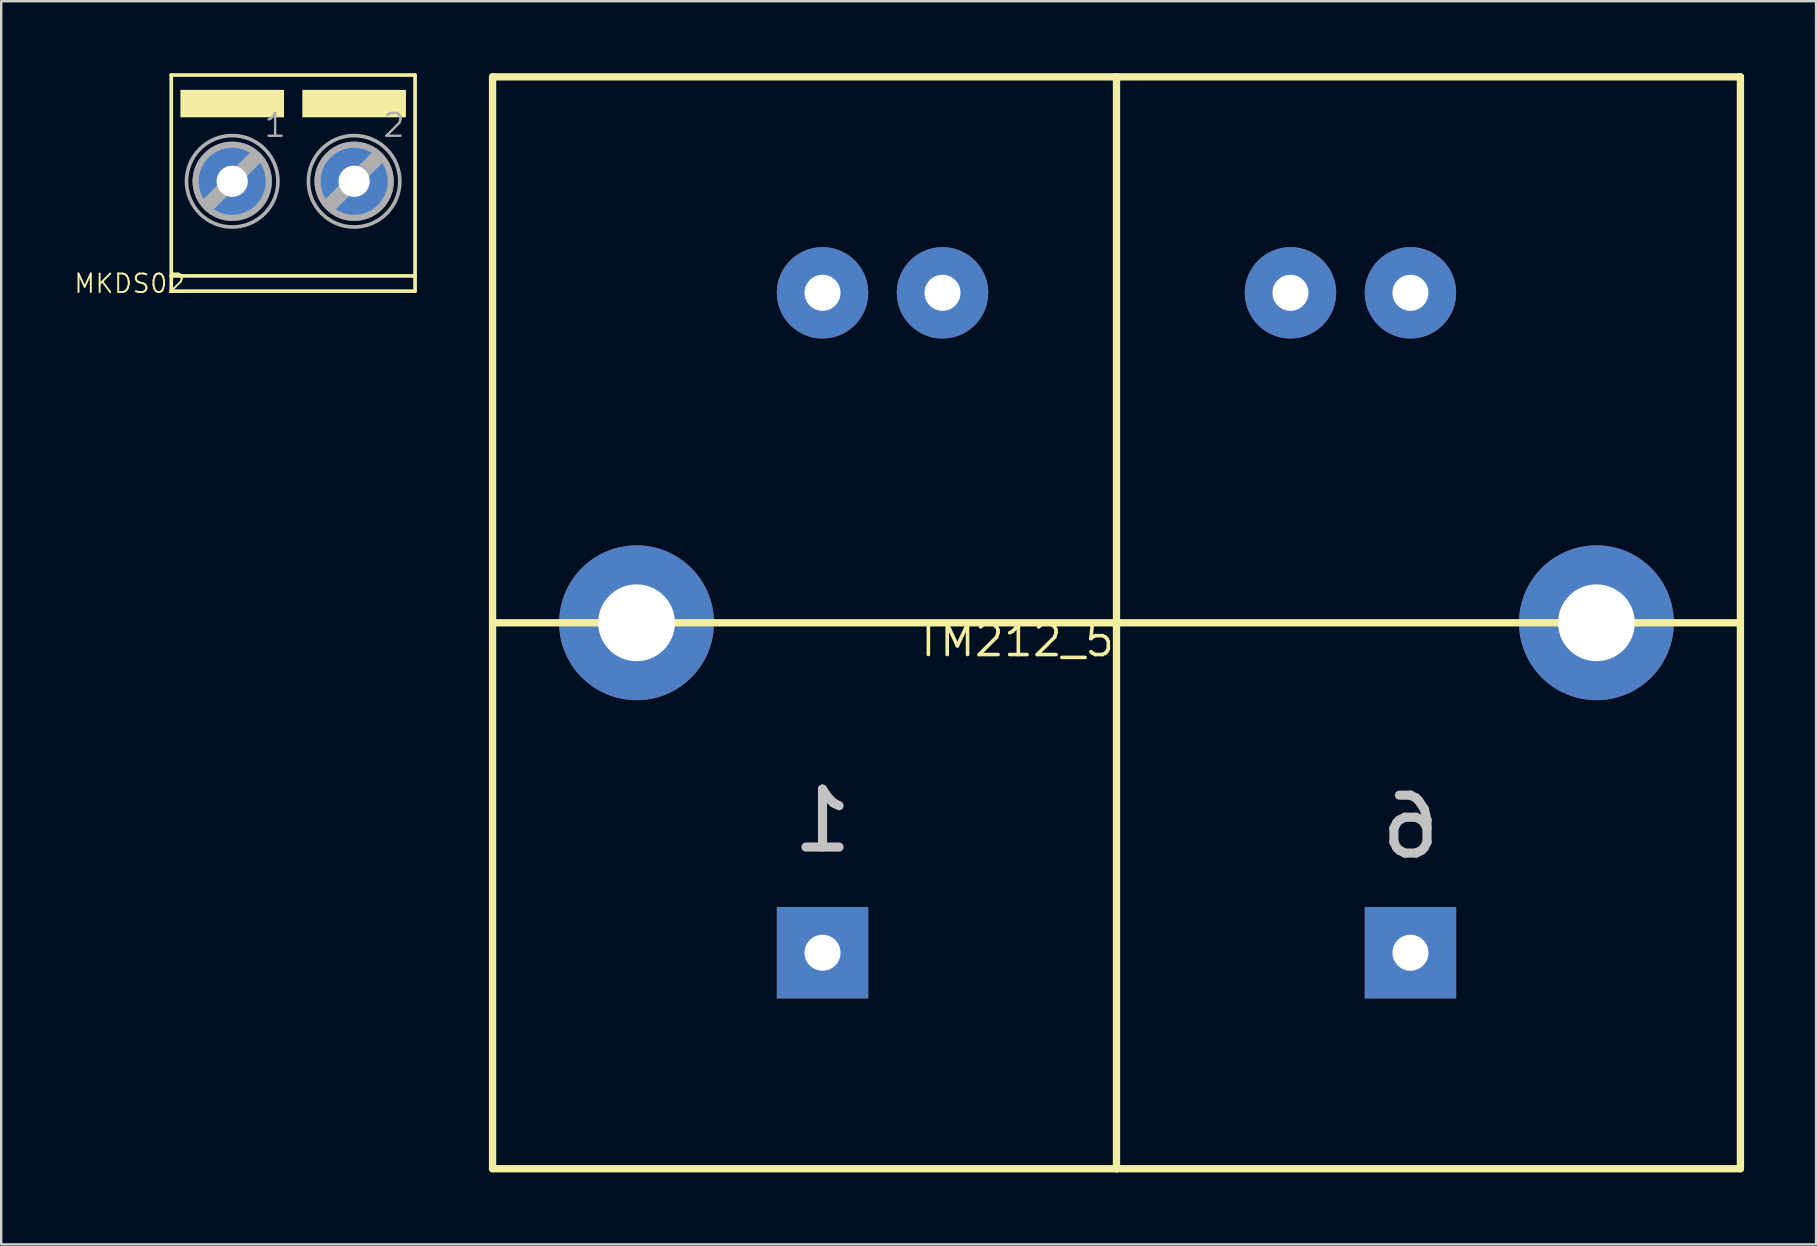
<source format=kicad_pcb>
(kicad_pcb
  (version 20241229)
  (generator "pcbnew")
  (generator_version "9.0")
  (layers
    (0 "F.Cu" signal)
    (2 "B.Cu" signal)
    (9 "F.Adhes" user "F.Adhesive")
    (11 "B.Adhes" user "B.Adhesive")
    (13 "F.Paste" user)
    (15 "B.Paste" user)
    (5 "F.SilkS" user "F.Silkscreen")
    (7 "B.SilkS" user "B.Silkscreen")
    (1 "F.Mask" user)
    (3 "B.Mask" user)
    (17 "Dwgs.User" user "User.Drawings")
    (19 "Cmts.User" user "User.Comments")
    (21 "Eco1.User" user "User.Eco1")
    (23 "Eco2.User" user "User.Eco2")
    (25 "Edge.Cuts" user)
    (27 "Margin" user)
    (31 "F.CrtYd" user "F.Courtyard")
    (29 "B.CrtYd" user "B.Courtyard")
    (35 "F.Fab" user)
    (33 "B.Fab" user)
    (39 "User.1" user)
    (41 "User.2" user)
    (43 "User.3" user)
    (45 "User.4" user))
  (footprint "TM212_5"
    (layer "F.Cu")
    (at 43.476 22.902)
    (property "Reference" "TM212_5" (at 0 0 0) (layer "F.SilkS") (effects (font (size 1.27 1.27) (thickness 0.15)) (justify right top)))
    (attr through_hole)
    (fp_line (start -26 0) (end -26 -22.75) (stroke (width 0.305) (type solid)) (layer "F.SilkS"))
    (fp_line (start -26 22.75) (end -26 0) (stroke (width 0.305) (type solid)) (layer "F.SilkS"))
    (fp_line (start -26 22.75) (end 0 22.75) (stroke (width 0.305) (type solid)) (layer "F.SilkS"))
    (fp_line (start 0 -22.75) (end -26 -22.75) (stroke (width 0.305) (type solid)) (layer "F.SilkS"))
    (fp_line (start 0 22.75) (end 0 -22.75) (stroke (width 0.305) (type solid)) (layer "F.SilkS"))
    (fp_line (start 0 22.75) (end 26 22.75) (stroke (width 0.305) (type solid)) (layer "F.SilkS"))
    (fp_line (start 26 -22.75) (end 0 -22.75) (stroke (width 0.305) (type solid)) (layer "F.SilkS"))
    (fp_line (start 26 0) (end -26 0) (stroke (width 0.305) (type solid)) (layer "F.SilkS"))
    (fp_line (start 26 0) (end 26 -22.75) (stroke (width 0.305) (type solid)) (layer "F.SilkS"))
    (fp_line (start 26 22.75) (end 26 0) (stroke (width 0.305) (type solid)) (layer "F.SilkS"))
    (fp_text user "6" (at 12.25 8.5 0) (layer "Dwgs.User") (effects (font (size 2.413 2.413) (thickness 0.381)) (justify mirror)))
    (fp_text user "1" (at -12.25 8.25 0) (layer "Dwgs.User") (effects (font (size 2.413 2.413) (thickness 0.381)) (justify mirror)))
    (pad "P$1" thru_hole rect (at -12.25 13.75) (size 3.81 3.81) (drill 1.5) (layers "*.Cu" "*.Mask"))
    (pad "P$2" thru_hole rect (at 12.25 13.75) (size 3.81 3.81) (drill 1.5) (layers "*.Cu" "*.Mask"))
    (pad "P$3" thru_hole circle (at -12.25 -13.75) (size 3.81 3.81) (drill 1.5) (layers "*.Cu" "*.Mask"))
    (pad "P$4" thru_hole circle (at -7.25 -13.75) (size 3.81 3.81) (drill 1.5) (layers "*.Cu" "*.Mask"))
    (pad "P$5" thru_hole circle (at 12.25 -13.75) (size 3.81 3.81) (drill 1.5) (layers "*.Cu" "*.Mask"))
    (pad "P$6" thru_hole circle (at 7.25 -13.75) (size 3.81 3.81) (drill 1.5) (layers "*.Cu" "*.Mask"))
    (pad "P$7" thru_hole circle (at -20 0) (size 6.452 6.452) (drill 3.2) (layers "*.Cu" "*.Mask"))
    (pad "P$8" thru_hole circle (at 20 0) (size 6.452 6.452) (drill 3.2) (layers "*.Cu" "*.Mask")))
  (footprint "MKDS02"
    (layer "F.Cu")
    (at 9.167 4.505)
    (property "Reference" "MKDS02" (at -4.445 3.81 0) (layer "F.SilkS") (effects (font (size 0.772 0.772) (thickness 0.081)) (justify right top)))
    (attr through_hole)
    (fp_line (start -5.08 -4.429) (end -5.08 3.942) (stroke (width 0.152) (type solid)) (layer "F.SilkS"))
    (fp_line (start -5.08 -4.429) (end 5.08 -4.429) (stroke (width 0.152) (type solid)) (layer "F.SilkS"))
    (fp_line (start -5.08 3.942) (end -5.08 4.577) (stroke (width 0.152) (type solid)) (layer "F.SilkS"))
    (fp_line (start -5.08 3.942) (end 5.08 3.942) (stroke (width 0.152) (type solid)) (layer "F.SilkS"))
    (fp_line (start -5.08 4.577) (end 5.08 4.577) (stroke (width 0.152) (type solid)) (layer "F.SilkS"))
    (fp_line (start 5.08 -4.429) (end 5.08 3.942) (stroke (width 0.152) (type solid)) (layer "F.SilkS"))
    (fp_line (start 5.08 3.942) (end 5.08 4.577) (stroke (width 0.152) (type solid)) (layer "F.SilkS"))
    (fp_poly (pts (xy -4.699 -2.667) (xy -0.381 -2.667) (xy -0.381 -3.81) (xy -4.699 -3.81)) (stroke (width 0) (type solid)) (fill yes) (layer "F.SilkS"))
    (fp_poly (pts (xy 0.381 -2.667) (xy 4.699 -2.667) (xy 4.699 -3.81) (xy 0.381 -3.81)) (stroke (width 0) (type solid)) (fill yes) (layer "F.SilkS"))
    (fp_line (start -3.48 0.914) (end -1.626 -0.94) (stroke (width 0.61) (type solid)) (layer "F.Fab"))
    (fp_line (start 1.6 0.914) (end 3.454 -0.94) (stroke (width 0.61) (type solid)) (layer "F.Fab"))
    (fp_circle (center -2.54 0) (end -1.016 0) (stroke (width 0.254) (type solid)) (fill no) (layer "F.Fab"))
    (fp_circle (center -2.54 0) (end -0.635 0) (stroke (width 0.152) (type solid)) (fill no) (layer "F.Fab"))
    (fp_circle (center 2.54 0) (end 4.064 0) (stroke (width 0.254) (type solid)) (fill no) (layer "F.Fab"))
    (fp_circle (center 2.54 0) (end 4.445 0) (stroke (width 0.152) (type solid)) (fill no) (layer "F.Fab"))
    (fp_text user "2" (at 3.683 -1.778 0) (layer "F.Fab") (effects (font (size 0.95 0.95) (thickness 0.1)) (justify left bottom)))
    (fp_text user "1" (at -1.27 -1.778 0) (layer "F.Fab") (effects (font (size 0.95 0.95) (thickness 0.1)) (justify left bottom)))
    (pad "1" thru_hole circle (at -2.54 0 90) (size 3.302 3.302) (drill 1.3) (layers "*.Cu" "*.Mask"))
    (pad "2" thru_hole circle (at 2.54 0 90) (size 3.302 3.302) (drill 1.3) (layers "*.Cu" "*.Mask")))
  (gr_rect
    (start -3 -3)
    (end 72.628 48.805)
    (stroke (width 0.1) (type default))
    (fill no)
    (layer "Edge.Cuts")))
</source>
